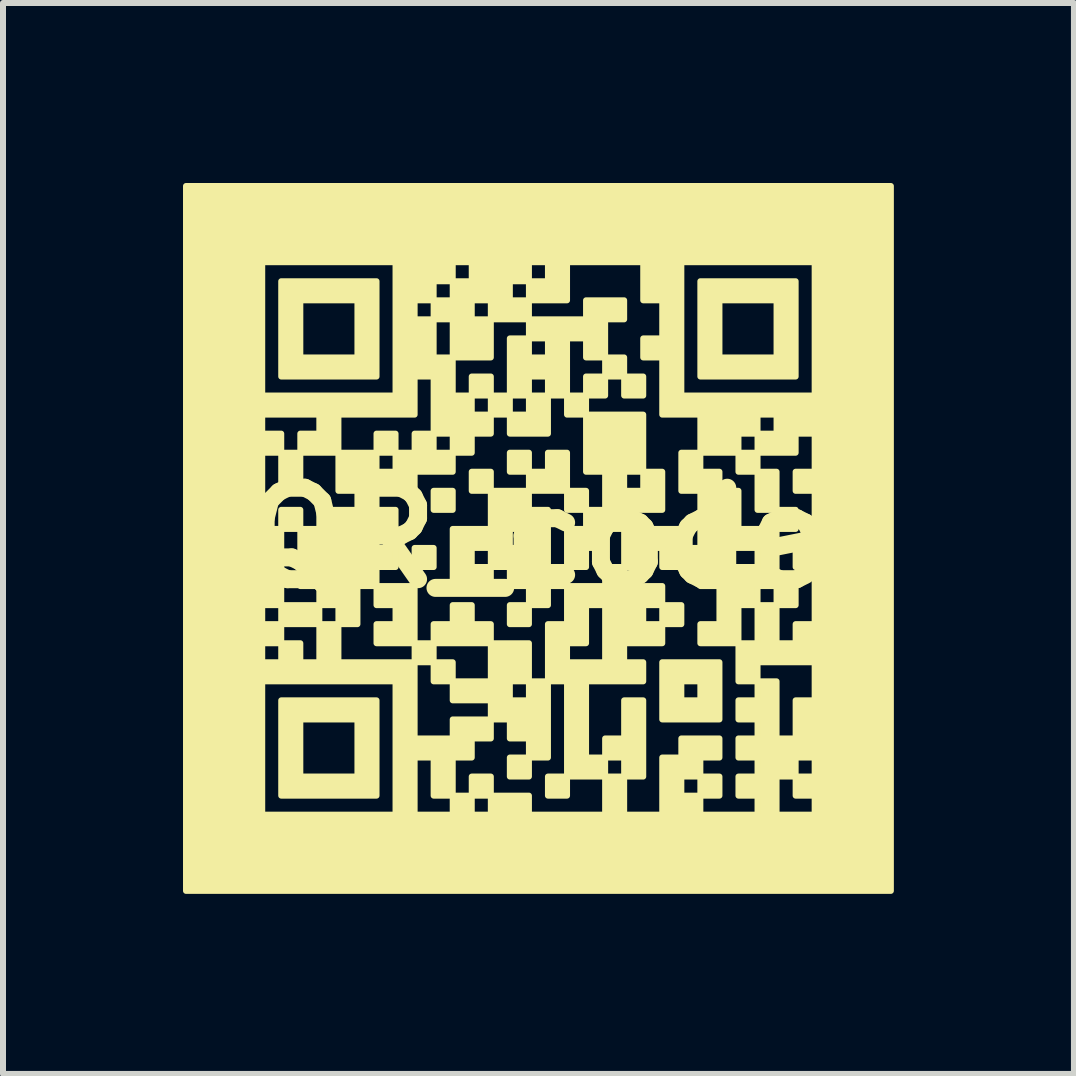
<source format=kicad_pcb>
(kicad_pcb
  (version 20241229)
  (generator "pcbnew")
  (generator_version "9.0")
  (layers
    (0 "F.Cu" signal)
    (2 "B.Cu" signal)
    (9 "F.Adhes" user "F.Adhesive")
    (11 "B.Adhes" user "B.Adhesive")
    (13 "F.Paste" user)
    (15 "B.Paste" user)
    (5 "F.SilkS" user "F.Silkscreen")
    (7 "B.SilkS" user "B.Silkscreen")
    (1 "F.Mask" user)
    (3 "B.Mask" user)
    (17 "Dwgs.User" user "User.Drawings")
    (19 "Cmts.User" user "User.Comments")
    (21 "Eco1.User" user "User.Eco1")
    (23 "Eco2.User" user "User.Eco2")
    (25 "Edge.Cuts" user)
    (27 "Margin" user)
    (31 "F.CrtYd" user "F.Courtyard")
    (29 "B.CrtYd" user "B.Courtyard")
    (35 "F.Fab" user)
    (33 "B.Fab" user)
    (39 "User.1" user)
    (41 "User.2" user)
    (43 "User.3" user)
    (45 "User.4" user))
  (footprint "QR_code"
    (layer "F.Cu")
    (at 5.913 5.913)
    (property "Reference" "QR_code" (at 0 0 0) (layer "F.SilkS") (effects (font (size 1.524 1.524) (thickness 0.3))))
    (attr through_hole)
    (fp_poly (pts (xy -3.958 -0.783) (xy -4.117 -0.783) (xy -4.276 -0.783) (xy -4.276 -1.101) (xy -4.276 -1.418) (xy -4.117 -1.418) (xy -3.958 -1.418) (xy -3.958 -1.101) (xy -3.958 -0.783)) (stroke (width 0.1) (type solid)) (fill yes) (layer "F.SilkS"))
    (fp_poly (pts (xy -3.958 -0.148) (xy -4.117 -0.148) (xy -4.276 -0.148) (xy -4.276 -0.307) (xy -4.276 -0.466) (xy -4.117 -0.466) (xy -3.958 -0.466) (xy -3.958 -0.307) (xy -3.958 -0.148)) (stroke (width 0.1) (type solid)) (fill yes) (layer "F.SilkS"))
    (fp_poly (pts (xy -3.641 1.439) (xy -3.958 1.439) (xy -4.276 1.439) (xy -4.276 1.281) (xy -4.276 1.122) (xy -3.958 1.122) (xy -3.641 1.122) (xy -3.641 1.281) (xy -3.641 1.439)) (stroke (width 0.1) (type solid)) (fill yes) (layer "F.SilkS"))
    (fp_poly (pts (xy -2.371 -1.418) (xy -2.529 -1.418) (xy -2.688 -1.418) (xy -2.688 -1.577) (xy -2.688 -1.736) (xy -2.529 -1.736) (xy -2.371 -1.736) (xy -2.371 -1.577) (xy -2.371 -1.418)) (stroke (width 0.1) (type solid)) (fill yes) (layer "F.SilkS"))
    (fp_poly (pts (xy -2.371 -0.148) (xy -2.529 -0.148) (xy -2.688 -0.148) (xy -2.688 -0.307) (xy -2.688 -0.466) (xy -2.529 -0.466) (xy -2.371 -0.466) (xy -2.371 -0.307) (xy -2.371 -0.148)) (stroke (width 0.1) (type solid)) (fill yes) (layer "F.SilkS"))
    (fp_poly (pts (xy -2.371 0.487) (xy -2.529 0.487) (xy -2.688 0.487) (xy -2.688 0.328) (xy -2.688 0.169) (xy -2.529 0.169) (xy -2.371 0.169) (xy -2.371 0.328) (xy -2.371 0.487)) (stroke (width 0.1) (type solid)) (fill yes) (layer "F.SilkS"))
    (fp_poly (pts (xy -1.736 0.487) (xy -1.894 0.487) (xy -2.053 0.487) (xy -2.053 0.328) (xy -2.053 0.169) (xy -1.894 0.169) (xy -1.736 0.169) (xy -1.736 0.328) (xy -1.736 0.487)) (stroke (width 0.1) (type solid)) (fill yes) (layer "F.SilkS"))
    (fp_poly (pts (xy -1.736 2.074) (xy -1.894 2.074) (xy -2.053 2.074) (xy -2.053 1.916) (xy -2.053 1.757) (xy -1.894 1.757) (xy -1.736 1.757) (xy -1.736 1.916) (xy -1.736 2.074)) (stroke (width 0.1) (type solid)) (fill yes) (layer "F.SilkS"))
    (fp_poly (pts (xy -1.418 -0.466) (xy -1.577 -0.466) (xy -1.736 -0.466) (xy -1.736 -0.624) (xy -1.736 -0.783) (xy -1.577 -0.783) (xy -1.418 -0.783) (xy -1.418 -0.624) (xy -1.418 -0.466)) (stroke (width 0.1) (type solid)) (fill yes) (layer "F.SilkS"))
    (fp_poly (pts (xy -1.418 2.392) (xy -1.577 2.392) (xy -1.736 2.392) (xy -1.736 2.233) (xy -1.736 2.074) (xy -1.577 2.074) (xy -1.418 2.074) (xy -1.418 2.233) (xy -1.418 2.392)) (stroke (width 0.1) (type solid)) (fill yes) (layer "F.SilkS"))
    (fp_poly (pts (xy -0.783 -2.371) (xy -0.942 -2.371) (xy -1.101 -2.371) (xy -1.101 -2.529) (xy -1.101 -2.688) (xy -0.942 -2.688) (xy -0.783 -2.688) (xy -0.783 -2.529) (xy -0.783 -2.371)) (stroke (width 0.1) (type solid)) (fill yes) (layer "F.SilkS"))
    (fp_poly (pts (xy -0.783 -0.783) (xy -0.942 -0.783) (xy -1.101 -0.783) (xy -1.101 -0.942) (xy -1.101 -1.101) (xy -0.942 -1.101) (xy -0.783 -1.101) (xy -0.783 -0.942) (xy -0.783 -0.783)) (stroke (width 0.1) (type solid)) (fill yes) (layer "F.SilkS"))
    (fp_poly (pts (xy -0.783 4.297) (xy -0.942 4.297) (xy -1.101 4.297) (xy -1.101 4.138) (xy -1.101 3.979) (xy -0.942 3.979) (xy -0.783 3.979) (xy -0.783 4.138) (xy -0.783 4.297)) (stroke (width 0.1) (type solid)) (fill yes) (layer "F.SilkS"))
    (fp_poly (pts (xy -0.466 -2.053) (xy -0.624 -2.053) (xy -0.783 -2.053) (xy -0.783 -2.212) (xy -0.783 -2.371) (xy -0.624 -2.371) (xy -0.466 -2.371) (xy -0.466 -2.212) (xy -0.466 -2.053)) (stroke (width 0.1) (type solid)) (fill yes) (layer "F.SilkS"))
    (fp_poly (pts (xy -0.148 -1.101) (xy -0.307 -1.101) (xy -0.466 -1.101) (xy -0.466 -1.259) (xy -0.466 -1.418) (xy -0.307 -1.418) (xy -0.148 -1.418) (xy -0.148 -1.259) (xy -0.148 -1.101)) (stroke (width 0.1) (type solid)) (fill yes) (layer "F.SilkS"))
    (fp_poly (pts (xy -0.148 1.439) (xy -0.307 1.439) (xy -0.466 1.439) (xy -0.466 1.281) (xy -0.466 1.122) (xy -0.307 1.122) (xy -0.148 1.122) (xy -0.148 1.281) (xy -0.148 1.439)) (stroke (width 0.1) (type solid)) (fill yes) (layer "F.SilkS"))
    (fp_poly (pts (xy -0.148 3.979) (xy -0.307 3.979) (xy -0.466 3.979) (xy -0.466 3.821) (xy -0.466 3.662) (xy -0.307 3.662) (xy -0.148 3.662) (xy -0.148 3.821) (xy -0.148 3.979)) (stroke (width 0.1) (type solid)) (fill yes) (layer "F.SilkS"))
    (fp_poly (pts (xy 0.487 4.297) (xy 0.328 4.297) (xy 0.169 4.297) (xy 0.169 4.138) (xy 0.169 3.979) (xy 0.328 3.979) (xy 0.487 3.979) (xy 0.487 4.138) (xy 0.487 4.297)) (stroke (width 0.1) (type solid)) (fill yes) (layer "F.SilkS"))
    (fp_poly (pts (xy 0.804 -2.053) (xy 0.646 -2.053) (xy 0.487 -2.053) (xy 0.487 -2.212) (xy 0.487 -2.371) (xy 0.646 -2.371) (xy 0.804 -2.371) (xy 0.804 -2.212) (xy 0.804 -2.053)) (stroke (width 0.1) (type solid)) (fill yes) (layer "F.SilkS"))
    (fp_poly (pts (xy 0.804 -0.466) (xy 0.646 -0.466) (xy 0.487 -0.466) (xy 0.487 -0.624) (xy 0.487 -0.783) (xy 0.646 -0.783) (xy 0.804 -0.783) (xy 0.804 -0.624) (xy 0.804 -0.466)) (stroke (width 0.1) (type solid)) (fill yes) (layer "F.SilkS"))
    (fp_poly (pts (xy 1.122 -2.371) (xy 0.963 -2.371) (xy 0.804 -2.371) (xy 0.804 -2.529) (xy 0.804 -2.688) (xy 0.963 -2.688) (xy 1.122 -2.688) (xy 1.122 -2.529) (xy 1.122 -2.371)) (stroke (width 0.1) (type solid)) (fill yes) (layer "F.SilkS"))
    (fp_poly (pts (xy 1.439 -2.688) (xy 1.281 -2.688) (xy 1.122 -2.688) (xy 1.122 -2.847) (xy 1.122 -3.006) (xy 1.281 -3.006) (xy 1.439 -3.006) (xy 1.439 -2.847) (xy 1.439 -2.688)) (stroke (width 0.1) (type solid)) (fill yes) (layer "F.SilkS"))
    (fp_poly (pts (xy 1.757 -2.371) (xy 1.598 -2.371) (xy 1.439 -2.371) (xy 1.439 -2.529) (xy 1.439 -2.688) (xy 1.598 -2.688) (xy 1.757 -2.688) (xy 1.757 -2.529) (xy 1.757 -2.371)) (stroke (width 0.1) (type solid)) (fill yes) (layer "F.SilkS"))
    (fp_poly (pts (xy 2.392 1.439) (xy 2.233 1.439) (xy 2.074 1.439) (xy 2.074 1.281) (xy 2.074 1.122) (xy 2.233 1.122) (xy 2.392 1.122) (xy 2.392 1.281) (xy 2.392 1.439)) (stroke (width 0.1) (type solid)) (fill yes) (layer "F.SilkS"))
    (fp_poly (pts (xy 3.027 4.297) (xy 2.868 4.297) (xy 2.709 4.297) (xy 2.709 4.138) (xy 2.709 3.979) (xy 2.868 3.979) (xy 3.027 3.979) (xy 3.027 4.138) (xy 3.027 4.297)) (stroke (width 0.1) (type solid)) (fill yes) (layer "F.SilkS"))
    (fp_poly (pts (xy 3.662 -1.101) (xy 3.503 -1.101) (xy 3.344 -1.101) (xy 3.344 -1.259) (xy 3.344 -1.418) (xy 3.503 -1.418) (xy 3.662 -1.418) (xy 3.662 -1.259) (xy 3.662 -1.101)) (stroke (width 0.1) (type solid)) (fill yes) (layer "F.SilkS"))
    (fp_poly (pts (xy 3.979 -0.466) (xy 3.821 -0.466) (xy 3.662 -0.466) (xy 3.662 -0.783) (xy 3.662 -1.101) (xy 3.821 -1.101) (xy 3.979 -1.101) (xy 3.979 -0.783) (xy 3.979 -0.466)) (stroke (width 0.1) (type solid)) (fill yes) (layer "F.SilkS"))
    (fp_poly (pts (xy 4.297 -0.148) (xy 4.138 -0.148) (xy 3.979 -0.148) (xy 3.979 -0.307) (xy 3.979 -0.466) (xy 4.138 -0.466) (xy 4.297 -0.466) (xy 4.297 -0.307) (xy 4.297 -0.148)) (stroke (width 0.1) (type solid)) (fill yes) (layer "F.SilkS"))
    (fp_poly (pts (xy 4.297 1.122) (xy 4.138 1.122) (xy 3.979 1.122) (xy 3.979 0.963) (xy 3.979 0.804) (xy 4.138 0.804) (xy 4.297 0.804) (xy 4.297 0.963) (xy 4.297 1.122)) (stroke (width 0.1) (type solid)) (fill yes) (layer "F.SilkS"))
    (fp_poly (pts (xy 0.169 -1.736) (xy -0.148 -1.736) (xy -0.466 -1.736) (xy -0.466 -1.894) (xy -0.466 -2.053) (xy -0.307 -2.053) (xy -0.148 -2.053) (xy -0.148 -2.212) (xy -0.148 -2.371) (xy 0.011 -2.371) (xy 0.169 -2.371) (xy 0.169 -2.053) (xy 0.169 -1.736)) (stroke (width 0.1) (type solid)) (fill yes) (layer "F.SilkS"))
    (fp_poly (pts (xy 0.487 -0.783) (xy 0.169 -0.783) (xy -0.148 -0.783) (xy -0.148 -0.942) (xy -0.148 -1.101) (xy 0.011 -1.101) (xy 0.169 -1.101) (xy 0.169 -1.259) (xy 0.169 -1.418) (xy 0.328 -1.418) (xy 0.487 -1.418) (xy 0.487 -1.101) (xy 0.487 -0.783)) (stroke (width 0.1) (type solid)) (fill yes) (layer "F.SilkS"))
    (fp_poly (pts (xy -2.053 1.757) (xy -2.371 1.757) (xy -2.688 1.757) (xy -2.688 1.598) (xy -2.688 1.439) (xy -2.529 1.439) (xy -2.371 1.439) (xy -2.371 1.281) (xy -2.371 1.122) (xy -2.529 1.122) (xy -2.688 1.122) (xy -2.688 0.963) (xy -2.688 0.804) (xy -2.371 0.804) (xy -2.053 0.804) (xy -2.053 1.281) (xy -2.053 1.757)) (stroke (width 0.1) (type solid)) (fill yes) (layer "F.SilkS"))
    (fp_poly (pts (xy -0.783 1.757) (xy -1.259 1.757) (xy -1.736 1.757) (xy -1.736 1.598) (xy -1.736 1.439) (xy -1.577 1.439) (xy -1.418 1.439) (xy -1.418 1.281) (xy -1.418 1.122) (xy -1.259 1.122) (xy -1.101 1.122) (xy -1.101 1.281) (xy -1.101 1.439) (xy -0.942 1.439) (xy -0.783 1.439) (xy -0.783 1.598) (xy -0.783 1.757)) (stroke (width 0.1) (type solid)) (fill yes) (layer "F.SilkS"))
    (fp_poly (pts (xy 1.757 3.979) (xy 1.598 3.979) (xy 1.439 3.979) (xy 1.439 3.821) (xy 1.439 3.662) (xy 1.281 3.662) (xy 1.122 3.662) (xy 1.122 3.503) (xy 1.122 3.344) (xy 1.281 3.344) (xy 1.439 3.344) (xy 1.439 3.027) (xy 1.439 2.709) (xy 1.598 2.709) (xy 1.757 2.709) (xy 1.757 3.344) (xy 1.757 3.979)) (stroke (width 0.1) (type solid)) (fill yes) (layer "F.SilkS"))
    (fp_poly (pts (xy -2.688 -2.688) (xy -3.006 -2.688) (xy -3.006 -3.006) (xy -3.006 -3.482) (xy -3.006 -3.958) (xy -3.482 -3.958) (xy -3.958 -3.958) (xy -3.958 -3.482) (xy -3.958 -3.006) (xy -3.482 -3.006) (xy -3.006 -3.006) (xy -3.006 -2.688) (xy -3.482 -2.688) (xy -4.276 -2.688) (xy -4.276 -3.482) (xy -4.276 -4.276) (xy -3.482 -4.276) (xy -2.688 -4.276) (xy -2.688 -3.482) (xy -2.688 -2.688)) (stroke (width 0.1) (type solid)) (fill yes) (layer "F.SilkS"))
    (fp_poly (pts (xy -2.688 4.297) (xy -3.006 4.297) (xy -3.006 3.979) (xy -3.006 3.503) (xy -3.006 3.027) (xy -3.482 3.027) (xy -3.958 3.027) (xy -3.958 3.503) (xy -3.958 3.979) (xy -3.482 3.979) (xy -3.006 3.979) (xy -3.006 4.297) (xy -3.482 4.297) (xy -4.276 4.297) (xy -4.276 3.503) (xy -4.276 2.709) (xy -3.482 2.709) (xy -2.688 2.709) (xy -2.688 3.503) (xy -2.688 4.297)) (stroke (width 0.1) (type solid)) (fill yes) (layer "F.SilkS"))
    (fp_poly (pts (xy 3.027 3.027) (xy 2.709 3.027) (xy 2.709 2.709) (xy 2.709 2.551) (xy 2.709 2.392) (xy 2.551 2.392) (xy 2.392 2.392) (xy 2.392 2.551) (xy 2.392 2.709) (xy 2.551 2.709) (xy 2.709 2.709) (xy 2.709 3.027) (xy 2.551 3.027) (xy 2.074 3.027) (xy 2.074 2.551) (xy 2.074 2.074) (xy 2.551 2.074) (xy 3.027 2.074) (xy 3.027 2.551) (xy 3.027 3.027)) (stroke (width 0.1) (type solid)) (fill yes) (layer "F.SilkS"))
    (fp_poly (pts (xy 4.297 -2.688) (xy 3.979 -2.688) (xy 3.979 -3.006) (xy 3.979 -3.482) (xy 3.979 -3.958) (xy 3.503 -3.958) (xy 3.027 -3.958) (xy 3.027 -3.482) (xy 3.027 -3.006) (xy 3.503 -3.006) (xy 3.979 -3.006) (xy 3.979 -2.688) (xy 3.503 -2.688) (xy 2.709 -2.688) (xy 2.709 -3.482) (xy 2.709 -4.276) (xy 3.503 -4.276) (xy 4.297 -4.276) (xy 4.297 -3.482) (xy 4.297 -2.688)) (stroke (width 0.1) (type solid)) (fill yes) (layer "F.SilkS"))
    (fp_poly (pts (xy -2.688 0.804) (xy -2.847 0.804) (xy -3.006 0.804) (xy -3.006 1.122) (xy -3.006 1.439) (xy -3.164 1.439) (xy -3.323 1.439) (xy -3.323 1.281) (xy -3.323 1.122) (xy -3.482 1.122) (xy -3.641 1.122) (xy -3.641 0.963) (xy -3.641 0.804) (xy -3.799 0.804) (xy -3.958 0.804) (xy -3.958 0.328) (xy -3.958 -0.148) (xy -3.799 -0.148) (xy -3.641 -0.148) (xy -3.641 -0.307) (xy -3.641 -0.466) (xy -3.323 -0.466) (xy -3.006 -0.466) (xy -3.006 -0.307) (xy -3.006 -0.148) (xy -2.847 -0.148) (xy -2.688 -0.148) (xy -2.688 0.011) (xy -2.688 0.169) (xy -2.847 0.169) (xy -3.006 0.169) (xy -3.006 0.328) (xy -3.006 0.487) (xy -2.847 0.487) (xy -2.688 0.487) (xy -2.688 0.646) (xy -2.688 0.804)) (stroke (width 0.1) (type solid)) (fill yes) (layer "F.SilkS"))
    (fp_poly (pts (xy -1.418 -1.101) (xy -1.736 -1.101) (xy -2.053 -1.101) (xy -2.053 -0.942) (xy -2.053 -0.783) (xy -2.371 -0.783) (xy -2.688 -0.783) (xy -2.688 -0.624) (xy -2.688 -0.466) (xy -2.847 -0.466) (xy -3.006 -0.466) (xy -3.006 -0.624) (xy -3.006 -0.783) (xy -3.164 -0.783) (xy -3.323 -0.783) (xy -3.323 -1.101) (xy -3.323 -1.418) (xy -3.006 -1.418) (xy -2.688 -1.418) (xy -2.688 -1.259) (xy -2.688 -1.101) (xy -2.529 -1.101) (xy -2.371 -1.101) (xy -2.371 -1.259) (xy -2.371 -1.418) (xy -2.212 -1.418) (xy -2.053 -1.418) (xy -2.053 -1.577) (xy -2.053 -1.736) (xy -1.894 -1.736) (xy -1.736 -1.736) (xy -1.736 -1.577) (xy -1.736 -1.418) (xy -1.577 -1.418) (xy -1.418 -1.418) (xy -1.418 -1.259) (xy -1.418 -1.101)) (stroke (width 0.1) (type solid)) (fill yes) (layer "F.SilkS"))
    (fp_poly (pts (xy 0.169 3.662) (xy 0.011 3.662) (xy -0.148 3.662) (xy -0.148 3.503) (xy -0.148 3.344) (xy -0.307 3.344) (xy -0.466 3.344) (xy -0.466 3.186) (xy -0.466 3.027) (xy -0.624 3.027) (xy -0.783 3.027) (xy -0.783 2.868) (xy -0.783 2.709) (xy -1.101 2.709) (xy -1.418 2.709) (xy -1.418 2.551) (xy -1.418 2.392) (xy -1.101 2.392) (xy -0.783 2.392) (xy -0.783 2.074) (xy -0.783 1.757) (xy -0.466 1.757) (xy -0.148 1.757) (xy -0.148 2.074) (xy -0.148 2.392) (xy -0.307 2.392) (xy -0.466 2.392) (xy -0.466 2.551) (xy -0.466 2.709) (xy -0.307 2.709) (xy -0.148 2.709) (xy -0.148 2.551) (xy -0.148 2.392) (xy 0.011 2.392) (xy 0.169 2.392) (xy 0.169 3.027) (xy 0.169 3.662)) (stroke (width 0.1) (type solid)) (fill yes) (layer "F.SilkS"))
    (fp_poly (pts (xy 1.439 -3.641) (xy 1.281 -3.641) (xy 1.122 -3.641) (xy 1.122 -3.323) (xy 1.122 -3.006) (xy 0.963 -3.006) (xy 0.804 -3.006) (xy 0.804 -3.164) (xy 0.804 -3.323) (xy 0.646 -3.323) (xy 0.487 -3.323) (xy 0.487 -2.847) (xy 0.487 -2.371) (xy 0.328 -2.371) (xy 0.169 -2.371) (xy 0.169 -2.529) (xy 0.169 -2.688) (xy 0.011 -2.688) (xy -0.148 -2.688) (xy -0.148 -2.529) (xy -0.148 -2.371) (xy -0.307 -2.371) (xy -0.466 -2.371) (xy -0.466 -2.847) (xy -0.466 -3.323) (xy -0.307 -3.323) (xy -0.148 -3.323) (xy -0.148 -3.164) (xy -0.148 -3.006) (xy 0.011 -3.006) (xy 0.169 -3.006) (xy 0.169 -3.164) (xy 0.169 -3.323) (xy 0.011 -3.323) (xy -0.148 -3.323) (xy -0.148 -3.482) (xy -0.148 -3.641) (xy 0.328 -3.641) (xy 0.804 -3.641) (xy 0.804 -3.799) (xy 0.804 -3.958) (xy 1.122 -3.958) (xy 1.439 -3.958) (xy 1.439 -3.799) (xy 1.439 -3.641)) (stroke (width 0.1) (type solid)) (fill yes) (layer "F.SilkS"))
    (fp_poly (pts (xy 2.074 -0.466) (xy 1.757 -0.466) (xy 1.439 -0.466) (xy 1.439 -0.307) (xy 1.439 -0.148) (xy 1.281 -0.148) (xy 1.122 -0.148) (xy 1.122 0.011) (xy 1.122 0.169) (xy 0.963 0.169) (xy 0.804 0.169) (xy 0.804 0.328) (xy 0.804 0.487) (xy 0.646 0.487) (xy 0.487 0.487) (xy 0.487 0.169) (xy 0.487 -0.148) (xy 0.646 -0.148) (xy 0.804 -0.148) (xy 0.804 -0.307) (xy 0.804 -0.466) (xy 0.963 -0.466) (xy 1.122 -0.466) (xy 1.122 -0.783) (xy 1.122 -1.101) (xy 0.963 -1.101) (xy 0.804 -1.101) (xy 0.804 -1.577) (xy 0.804 -2.053) (xy 1.281 -2.053) (xy 1.757 -2.053) (xy 1.757 -1.577) (xy 1.757 -1.101) (xy 1.598 -1.101) (xy 1.439 -1.101) (xy 1.439 -0.942) (xy 1.439 -0.783) (xy 1.598 -0.783) (xy 1.757 -0.783) (xy 1.757 -0.942) (xy 1.757 -1.101) (xy 1.916 -1.101) (xy 2.074 -1.101) (xy 2.074 -0.783) (xy 2.074 -0.466)) (stroke (width 0.1) (type solid)) (fill yes) (layer "F.SilkS"))
    (fp_poly (pts (xy 0.487 0.804) (xy 0.328 0.804) (xy 0.169 0.804) (xy 0.169 0.963) (xy 0.169 1.122) (xy 0.011 1.122) (xy -0.148 1.122) (xy -0.148 0.963) (xy -0.148 0.804) (xy -0.148 0.169) (xy -0.148 0.011) (xy -0.148 -0.148) (xy -0.307 -0.148) (xy -0.466 -0.148) (xy -0.466 0.011) (xy -0.466 0.169) (xy -0.307 0.169) (xy -0.148 0.169) (xy -0.148 0.804) (xy -0.307 0.804) (xy -0.466 0.804) (xy -0.466 0.646) (xy -0.466 0.487) (xy -0.624 0.487) (xy -0.783 0.487) (xy -0.783 0.328) (xy -0.783 0.169) (xy -0.942 0.169) (xy -1.101 0.169) (xy -1.101 0.328) (xy -1.101 0.487) (xy -0.942 0.487) (xy -0.783 0.487) (xy -0.783 0.646) (xy -0.783 0.804) (xy -1.101 0.804) (xy -1.418 0.804) (xy -1.418 0.328) (xy -1.418 -0.148) (xy -1.101 -0.148) (xy -0.783 -0.148) (xy -0.783 -0.466) (xy -0.783 -0.783) (xy -0.466 -0.783) (xy -0.148 -0.783) (xy -0.148 -0.624) (xy -0.148 -0.466) (xy 0.011 -0.466) (xy 0.169 -0.466) (xy 0.169 0.011) (xy 0.169 0.487) (xy 0.328 0.487) (xy 0.487 0.487) (xy 0.487 0.646) (xy 0.487 0.804)) (stroke (width 0.1) (type solid)) (fill yes) (layer "F.SilkS"))
    (fp_poly (pts (xy 2.074 1.757) (xy 1.757 1.757) (xy 1.439 1.757) (xy 1.439 1.916) (xy 1.439 2.074) (xy 1.598 2.074) (xy 1.757 2.074) (xy 1.757 2.233) (xy 1.757 2.392) (xy 1.281 2.392) (xy 1.122 2.392) (xy 1.122 2.074) (xy 1.122 1.598) (xy 1.122 1.122) (xy 0.963 1.122) (xy 0.804 1.122) (xy 0.804 1.439) (xy 0.804 1.757) (xy 0.646 1.757) (xy 0.487 1.757) (xy 0.487 1.916) (xy 0.487 2.074) (xy 0.804 2.074) (xy 1.122 2.074) (xy 1.122 2.392) (xy 0.804 2.392) (xy 0.804 3.027) (xy 0.804 3.662) (xy 0.963 3.662) (xy 1.122 3.662) (xy 1.122 3.821) (xy 1.122 3.979) (xy 0.804 3.979) (xy 0.487 3.979) (xy 0.487 3.186) (xy 0.487 2.392) (xy 0.328 2.392) (xy 0.169 2.392) (xy 0.169 1.916) (xy 0.169 1.439) (xy 0.328 1.439) (xy 0.487 1.439) (xy 0.487 1.122) (xy 0.487 0.804) (xy 0.804 0.804) (xy 1.122 0.804) (xy 1.122 0.646) (xy 1.122 0.487) (xy 1.281 0.487) (xy 1.439 0.487) (xy 1.439 0.646) (xy 1.439 0.804) (xy 1.757 0.804) (xy 2.074 0.804) (xy 2.074 0.963) (xy 2.074 1.122) (xy 1.916 1.122) (xy 1.757 1.122) (xy 1.757 1.281) (xy 1.757 1.439) (xy 1.916 1.439) (xy 2.074 1.439) (xy 2.074 1.598) (xy 2.074 1.757)) (stroke (width 0.1) (type solid)) (fill yes) (layer "F.SilkS"))
    (fp_poly (pts (xy 3.979 0.804) (xy 3.821 0.804) (xy 3.662 0.804) (xy 3.662 0.487) (xy 3.662 0.328) (xy 3.662 0.169) (xy 3.344 0.169) (xy 3.027 0.169) (xy 3.027 0.328) (xy 3.027 0.487) (xy 3.344 0.487) (xy 3.662 0.487) (xy 3.662 0.804) (xy 3.662 0.963) (xy 3.662 1.122) (xy 3.503 1.122) (xy 3.344 1.122) (xy 3.344 1.439) (xy 3.344 1.757) (xy 3.027 1.757) (xy 2.709 1.757) (xy 2.709 1.598) (xy 2.709 1.439) (xy 2.868 1.439) (xy 3.027 1.439) (xy 3.027 1.122) (xy 3.027 0.804) (xy 2.868 0.804) (xy 2.709 0.804) (xy 2.709 0.646) (xy 2.709 0.487) (xy 2.392 0.487) (xy 2.074 0.487) (xy 2.074 0.328) (xy 2.074 0.169) (xy 1.916 0.169) (xy 1.757 0.169) (xy 1.757 0.328) (xy 1.757 0.487) (xy 1.598 0.487) (xy 1.439 0.487) (xy 1.439 0.169) (xy 1.439 -0.148) (xy 1.916 -0.148) (xy 2.392 -0.148) (xy 2.392 0.011) (xy 2.392 0.169) (xy 2.551 0.169) (xy 2.709 0.169) (xy 2.709 -0.307) (xy 2.709 -0.783) (xy 2.551 -0.783) (xy 2.392 -0.783) (xy 2.392 -1.101) (xy 2.392 -1.418) (xy 2.551 -1.418) (xy 2.709 -1.418) (xy 2.709 -1.259) (xy 2.709 -1.101) (xy 2.868 -1.101) (xy 3.027 -1.101) (xy 3.027 -0.942) (xy 3.027 -0.783) (xy 3.186 -0.783) (xy 3.344 -0.783) (xy 3.344 -0.466) (xy 3.344 -0.148) (xy 3.662 -0.148) (xy 3.979 -0.148) (xy 3.979 0.328) (xy 3.979 0.804)) (stroke (width 0.1) (type solid)) (fill yes) (layer "F.SilkS"))
    (fp_poly (pts (xy 5.884 5.884) (xy 4.614 5.884) (xy 4.614 4.614) (xy 4.614 4.456) (xy 4.614 4.297) (xy 4.456 4.297) (xy 4.297 4.297) (xy 4.297 4.138) (xy 4.297 3.979) (xy 4.456 3.979) (xy 4.614 3.979) (xy 4.614 3.821) (xy 4.614 3.662) (xy 4.614 2.709) (xy 4.614 2.392) (xy 4.614 2.074) (xy 4.138 2.074) (xy 3.662 2.074) (xy 3.662 2.233) (xy 3.662 2.392) (xy 3.503 2.392) (xy 3.344 2.392) (xy 3.344 2.074) (xy 3.344 1.757) (xy 3.503 1.757) (xy 3.662 1.757) (xy 3.662 1.439) (xy 3.662 1.122) (xy 3.821 1.122) (xy 3.979 1.122) (xy 3.979 1.439) (xy 3.979 1.757) (xy 4.138 1.757) (xy 4.297 1.757) (xy 4.297 1.598) (xy 4.297 1.439) (xy 4.456 1.439) (xy 4.614 1.439) (xy 4.614 0.963) (xy 4.614 0.487) (xy 4.456 0.487) (xy 4.297 0.487) (xy 4.297 0.328) (xy 4.297 0.169) (xy 4.456 0.169) (xy 4.614 0.169) (xy 4.614 -0.307) (xy 4.614 -0.783) (xy 4.456 -0.783) (xy 4.297 -0.783) (xy 4.297 -0.942) (xy 4.297 -1.101) (xy 4.456 -1.101) (xy 4.614 -1.101) (xy 4.614 -1.418) (xy 4.614 -1.736) (xy 4.614 -2.371) (xy 4.614 -3.482) (xy 4.614 -4.593) (xy 3.503 -4.593) (xy 2.392 -4.593) (xy 2.392 -3.482) (xy 2.392 -2.371) (xy 3.503 -2.371) (xy 4.614 -2.371) (xy 4.614 -1.736) (xy 4.456 -1.736) (xy 4.297 -1.736) (xy 4.297 -1.577) (xy 4.297 -1.418) (xy 3.979 -1.418) (xy 3.662 -1.418) (xy 3.662 -1.577) (xy 3.662 -1.736) (xy 3.821 -1.736) (xy 3.979 -1.736) (xy 3.979 -1.894) (xy 3.979 -2.053) (xy 3.821 -2.053) (xy 3.662 -2.053) (xy 3.662 -1.894) (xy 3.662 -1.736) (xy 3.503 -1.736) (xy 3.344 -1.736) (xy 3.344 -1.577) (xy 3.344 -1.418) (xy 3.027 -1.418) (xy 2.709 -1.418) (xy 2.709 -1.736) (xy 2.709 -2.053) (xy 2.392 -2.053) (xy 2.074 -2.053) (xy 2.074 -2.529) (xy 2.074 -3.006) (xy 1.916 -3.006) (xy 1.757 -3.006) (xy 1.757 -3.164) (xy 1.757 -3.323) (xy 1.916 -3.323) (xy 2.074 -3.323) (xy 2.074 -3.641) (xy 2.074 -3.958) (xy 1.916 -3.958) (xy 1.757 -3.958) (xy 1.757 -4.276) (xy 1.757 -4.593) (xy 1.122 -4.593) (xy 0.487 -4.593) (xy 0.487 -4.276) (xy 0.487 -3.958) (xy 0.169 -3.958) (xy -0.148 -3.958) (xy -0.148 -4.117) (xy -0.148 -4.276) (xy 0.011 -4.276) (xy 0.169 -4.276) (xy 0.169 -4.434) (xy 0.169 -4.593) (xy 0.011 -4.593) (xy -0.148 -4.593) (xy -0.148 -4.434) (xy -0.148 -4.276) (xy -0.307 -4.276) (xy -0.466 -4.276) (xy -0.466 -4.117) (xy -0.466 -3.958) (xy -0.307 -3.958) (xy -0.148 -3.958) (xy -0.148 -3.799) (xy -0.148 -3.641) (xy -0.466 -3.641) (xy -0.783 -3.641) (xy -0.783 -3.799) (xy -0.783 -3.958) (xy -0.942 -3.958) (xy -1.101 -3.958) (xy -1.101 -3.799) (xy -1.101 -3.641) (xy -0.942 -3.641) (xy -0.783 -3.641) (xy -0.783 -3.323) (xy -0.783 -3.006) (xy -1.101 -3.006) (xy -1.418 -3.006) (xy -1.418 -3.323) (xy -1.418 -3.641) (xy -1.577 -3.641) (xy -1.736 -3.641) (xy -1.736 -3.799) (xy -1.736 -3.958) (xy -1.577 -3.958) (xy -1.418 -3.958) (xy -1.418 -4.117) (xy -1.418 -4.276) (xy -1.259 -4.276) (xy -1.101 -4.276) (xy -1.101 -4.434) (xy -1.101 -4.593) (xy -1.259 -4.593) (xy -1.418 -4.593) (xy -1.418 -4.434) (xy -1.418 -4.276) (xy -1.577 -4.276) (xy -1.736 -4.276) (xy -1.736 -4.117) (xy -1.736 -3.958) (xy -1.894 -3.958) (xy -2.053 -3.958) (xy -2.053 -3.799) (xy -2.053 -3.641) (xy -1.894 -3.641) (xy -1.736 -3.641) (xy -1.736 -3.323) (xy -1.736 -3.006) (xy -1.577 -3.006) (xy -1.418 -3.006) (xy -1.418 -2.688) (xy -1.418 -2.371) (xy -1.259 -2.371) (xy -1.101 -2.371) (xy -1.101 -2.212) (xy -1.101 -2.053) (xy -0.942 -2.053) (xy -0.783 -2.053) (xy -0.783 -1.894) (xy -0.783 -1.736) (xy -0.942 -1.736) (xy -1.101 -1.736) (xy -1.101 -1.577) (xy -1.101 -1.418) (xy -1.259 -1.418) (xy -1.418 -1.418) (xy -1.418 -1.577) (xy -1.418 -1.736) (xy -1.577 -1.736) (xy -1.736 -1.736) (xy -1.736 -2.212) (xy -1.736 -2.688) (xy -1.894 -2.688) (xy -2.053 -2.688) (xy -2.053 -2.371) (xy -2.053 -2.053) (xy -2.371 -2.053) (xy -2.371 -2.371) (xy -2.371 -3.482) (xy -2.371 -4.593) (xy -3.482 -4.593) (xy -4.593 -4.593) (xy -4.593 -3.482) (xy -4.593 -2.371) (xy -3.482 -2.371) (xy -2.371 -2.371) (xy -2.371 -2.053) (xy -2.688 -2.053) (xy -3.323 -2.053) (xy -3.323 -1.736) (xy -3.323 -1.418) (xy -3.641 -1.418) (xy -3.958 -1.418) (xy -3.958 -1.577) (xy -3.958 -1.736) (xy -3.799 -1.736) (xy -3.641 -1.736) (xy -3.641 -1.894) (xy -3.641 -2.053) (xy -4.117 -2.053) (xy -4.593 -2.053) (xy -4.593 -1.894) (xy -4.593 -1.736) (xy -4.434 -1.736) (xy -4.276 -1.736) (xy -4.276 -1.577) (xy -4.276 -1.418) (xy -4.434 -1.418) (xy -4.593 -1.418) (xy -4.593 -0.783) (xy -4.593 -0.148) (xy -4.434 -0.148) (xy -4.276 -0.148) (xy -4.276 0.487) (xy -4.276 1.122) (xy -4.434 1.122) (xy -4.593 1.122) (xy -4.593 1.281) (xy -4.593 1.439) (xy -4.434 1.439) (xy -4.276 1.439) (xy -4.276 1.598) (xy -4.276 1.757) (xy -4.434 1.757) (xy -4.593 1.757) (xy -4.593 1.916) (xy -4.593 2.074) (xy -4.434 2.074) (xy -4.276 2.074) (xy -4.276 1.916) (xy -4.276 1.757) (xy -4.117 1.757) (xy -3.958 1.757) (xy -3.958 1.916) (xy -3.958 2.074) (xy -3.799 2.074) (xy -3.641 2.074) (xy -3.641 1.757) (xy -3.641 1.439) (xy -3.482 1.439) (xy -3.323 1.439) (xy -3.323 1.757) (xy -3.323 2.074) (xy -2.688 2.074) (xy -2.053 2.074) (xy -2.053 2.709) (xy -2.053 3.344) (xy -1.736 3.344) (xy -1.418 3.344) (xy -1.418 3.186) (xy -1.418 3.027) (xy -1.101 3.027) (xy -0.783 3.027) (xy -0.783 3.186) (xy -0.783 3.344) (xy -0.942 3.344) (xy -1.101 3.344) (xy -1.101 3.503) (xy -1.101 3.662) (xy -1.259 3.662) (xy -1.418 3.662) (xy -1.418 3.979) (xy -1.418 4.297) (xy -1.577 4.297) (xy -1.736 4.297) (xy -1.736 3.979) (xy -1.736 3.662) (xy -1.894 3.662) (xy -2.053 3.662) (xy -2.053 4.138) (xy -2.053 4.614) (xy -1.736 4.614) (xy -1.418 4.614) (xy -1.418 4.456) (xy -1.418 4.297) (xy -1.259 4.297) (xy -1.101 4.297) (xy -1.101 4.456) (xy -1.101 4.614) (xy -0.942 4.614) (xy -0.783 4.614) (xy -0.783 4.456) (xy -0.783 4.297) (xy -0.466 4.297) (xy -0.148 4.297) (xy -0.148 4.456) (xy -0.148 4.614) (xy 0.487 4.614) (xy 1.122 4.614) (xy 1.122 4.297) (xy 1.122 3.979) (xy 1.281 3.979) (xy 1.439 3.979) (xy 1.439 4.297) (xy 1.439 4.614) (xy 1.757 4.614) (xy 2.074 4.614) (xy 2.074 4.138) (xy 2.074 3.662) (xy 2.233 3.662) (xy 2.392 3.662) (xy 2.392 3.503) (xy 2.392 3.344) (xy 2.709 3.344) (xy 3.027 3.344) (xy 3.027 3.503) (xy 3.027 3.662) (xy 2.868 3.662) (xy 2.709 3.662) (xy 2.709 3.821) (xy 2.709 3.979) (xy 2.551 3.979) (xy 2.392 3.979) (xy 2.392 4.138) (xy 2.392 4.297) (xy 2.551 4.297) (xy 2.709 4.297) (xy 2.709 4.456) (xy 2.709 4.614) (xy 3.186 4.614) (xy 3.662 4.614) (xy 3.662 4.456) (xy 3.662 4.297) (xy 3.503 4.297) (xy 3.344 4.297) (xy 3.344 4.138) (xy 3.344 3.979) (xy 3.503 3.979) (xy 3.662 3.979) (xy 3.662 3.821) (xy 3.662 3.662) (xy 3.503 3.662) (xy 3.344 3.662) (xy 3.344 3.503) (xy 3.344 3.344) (xy 3.503 3.344) (xy 3.662 3.344) (xy 3.662 3.186) (xy 3.662 3.027) (xy 3.503 3.027) (xy 3.344 3.027) (xy 3.344 2.868) (xy 3.344 2.709) (xy 3.503 2.709) (xy 3.662 2.709) (xy 3.662 2.551) (xy 3.662 2.392) (xy 3.821 2.392) (xy 3.979 2.392) (xy 3.979 2.868) (xy 3.979 3.344) (xy 4.138 3.344) (xy 4.297 3.344) (xy 4.297 3.027) (xy 4.297 2.709) (xy 4.456 2.709) (xy 4.614 2.709) (xy 4.614 3.662) (xy 4.456 3.662) (xy 4.297 3.662) (xy 4.297 3.821) (xy 4.297 3.979) (xy 4.138 3.979) (xy 3.979 3.979) (xy 3.979 4.297) (xy 3.979 4.614) (xy 4.297 4.614) (xy 4.614 4.614) (xy 4.614 5.884) (xy 0.011 5.884) (xy -2.371 5.884) (xy -2.371 4.614) (xy -2.371 3.503) (xy -2.371 2.392) (xy -3.482 2.392) (xy -4.593 2.392) (xy -4.593 3.503) (xy -4.593 4.614) (xy -3.482 4.614) (xy -2.371 4.614) (xy -2.371 5.884) (xy -5.863 5.884) (xy -5.863 0.011) (xy -5.863 -5.863) (xy 0.011 -5.863) (xy 5.884 -5.863) (xy 5.884 0.011) (xy 5.884 5.884)) (stroke (width 0.1) (type solid)) (fill yes) (layer "F.SilkS")))
  (gr_rect
    (start -3 -3)
    (end 14.848 14.848)
    (stroke (width 0.1) (type default))
    (fill no)
    (layer "Edge.Cuts")))
</source>
